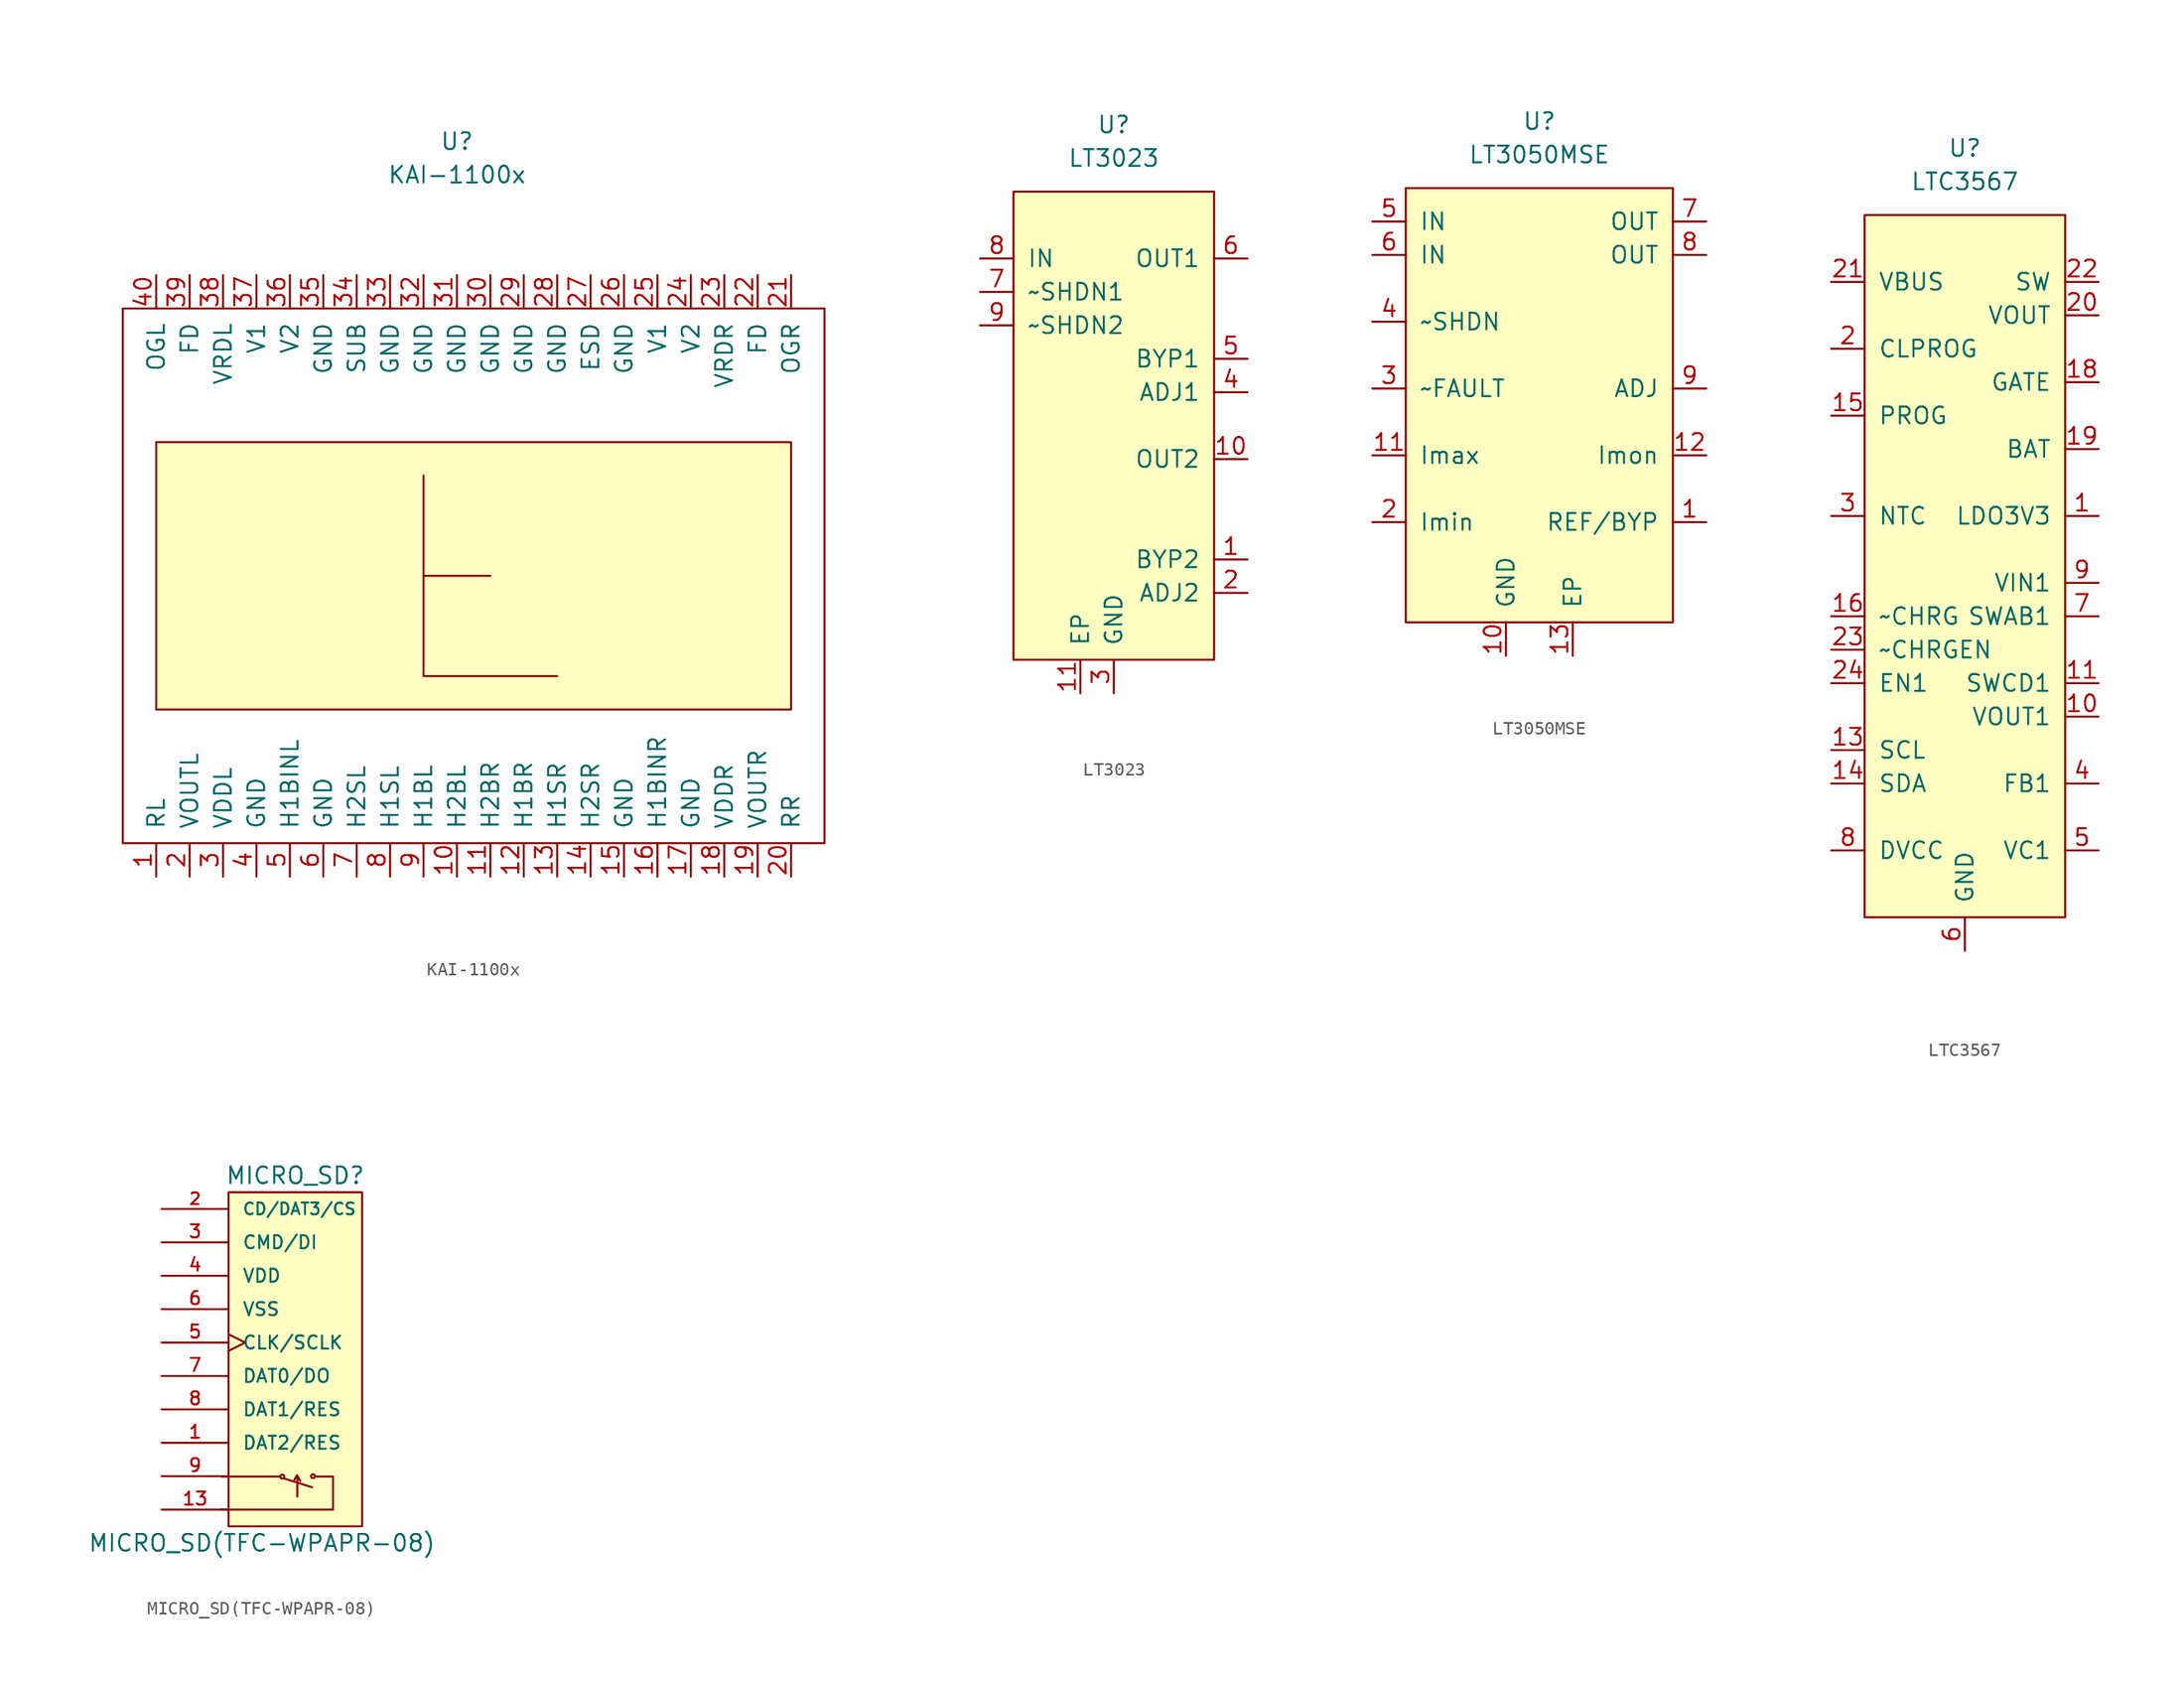
<source format=kicad_sym>
(kicad_symbol_lib
  (version 20210619)
  (generator kicad_symbol_editor)
  (symbol "Sitina:KAI-1100x"
    (pin_names
      (offset 1.016))
    (property "Reference" "U"
      (at 0 0 0)
      (effects (font (size 1.27 1.27))))
    (property "Value" "KAI-1100x"
      (at 0 -2.54 0)
      (effects (font (size 1.27 1.27))))
    (symbol "KAI-1100x_0_1"
      (rectangle (start 27.94 -53.34) (end -25.4 -12.7) (stroke (width 0)) (fill (type none)))
      (rectangle (start -22.86 -22.86) (end 25.4 -43.18) (stroke (width 0)) (fill (type background)))
      (polyline (pts (xy 2.54 -33.02) (xy -2.54 -33.02)) (stroke (width 0)) (fill (type background)))
      (polyline (pts (xy 7.62 -40.64) (xy -2.54 -40.64) (xy -2.54 -25.4)) (stroke (width 0)) (fill (type background))))
    (symbol "KAI-1100x_1_1"
      (pin input line (at -22.86 -55.88 90) (length 2.54) (name "RL" (effects (font (size 1.27 1.27)))) (number "1" (effects (font (size 1.27 1.27)))))
      (pin input line (at 0 -55.88 90) (length 2.54) (name "H2BL" (effects (font (size 1.27 1.27)))) (number "10" (effects (font (size 1.27 1.27)))))
      (pin input line (at 2.54 -55.88 90) (length 2.54) (name "H2BR" (effects (font (size 1.27 1.27)))) (number "11" (effects (font (size 1.27 1.27)))))
      (pin input line (at 5.08 -55.88 90) (length 2.54) (name "H1BR" (effects (font (size 1.27 1.27)))) (number "12" (effects (font (size 1.27 1.27)))))
      (pin input line (at 7.62 -55.88 90) (length 2.54) (name "H1SR" (effects (font (size 1.27 1.27)))) (number "13" (effects (font (size 1.27 1.27)))))
      (pin input line (at 10.16 -55.88 90) (length 2.54) (name "H2SR" (effects (font (size 1.27 1.27)))) (number "14" (effects (font (size 1.27 1.27)))))
      (pin input line (at 12.7 -55.88 90) (length 2.54) (name "GND" (effects (font (size 1.27 1.27)))) (number "15" (effects (font (size 1.27 1.27)))))
      (pin input line (at 15.24 -55.88 90) (length 2.54) (name "H1BINR" (effects (font (size 1.27 1.27)))) (number "16" (effects (font (size 1.27 1.27)))))
      (pin input line (at 17.78 -55.88 90) (length 2.54) (name "GND" (effects (font (size 1.27 1.27)))) (number "17" (effects (font (size 1.27 1.27)))))
      (pin input line (at 20.32 -55.88 90) (length 2.54) (name "VDDR" (effects (font (size 1.27 1.27)))) (number "18" (effects (font (size 1.27 1.27)))))
      (pin input line (at 22.86 -55.88 90) (length 2.54) (name "VOUTR" (effects (font (size 1.27 1.27)))) (number "19" (effects (font (size 1.27 1.27)))))
      (pin input line (at -20.32 -55.88 90) (length 2.54) (name "VOUTL" (effects (font (size 1.27 1.27)))) (number "2" (effects (font (size 1.27 1.27)))))
      (pin input line (at 25.4 -55.88 90) (length 2.54) (name "RR" (effects (font (size 1.27 1.27)))) (number "20" (effects (font (size 1.27 1.27)))))
      (pin input line (at 25.4 -10.16 270) (length 2.54) (name "OGR" (effects (font (size 1.27 1.27)))) (number "21" (effects (font (size 1.27 1.27)))))
      (pin input line (at 22.86 -10.16 270) (length 2.54) (name "FD" (effects (font (size 1.27 1.27)))) (number "22" (effects (font (size 1.27 1.27)))))
      (pin input line (at 20.32 -10.16 270) (length 2.54) (name "VRDR" (effects (font (size 1.27 1.27)))) (number "23" (effects (font (size 1.27 1.27)))))
      (pin input line (at 17.78 -10.16 270) (length 2.54) (name "V2" (effects (font (size 1.27 1.27)))) (number "24" (effects (font (size 1.27 1.27)))))
      (pin input line (at 15.24 -10.16 270) (length 2.54) (name "V1" (effects (font (size 1.27 1.27)))) (number "25" (effects (font (size 1.27 1.27)))))
      (pin input line (at 12.7 -10.16 270) (length 2.54) (name "GND" (effects (font (size 1.27 1.27)))) (number "26" (effects (font (size 1.27 1.27)))))
      (pin input line (at 10.16 -10.16 270) (length 2.54) (name "ESD" (effects (font (size 1.27 1.27)))) (number "27" (effects (font (size 1.27 1.27)))))
      (pin input line (at 7.62 -10.16 270) (length 2.54) (name "GND" (effects (font (size 1.27 1.27)))) (number "28" (effects (font (size 1.27 1.27)))))
      (pin input line (at 5.08 -10.16 270) (length 2.54) (name "GND" (effects (font (size 1.27 1.27)))) (number "29" (effects (font (size 1.27 1.27)))))
      (pin input line (at -17.78 -55.88 90) (length 2.54) (name "VDDL" (effects (font (size 1.27 1.27)))) (number "3" (effects (font (size 1.27 1.27)))))
      (pin input line (at 2.54 -10.16 270) (length 2.54) (name "GND" (effects (font (size 1.27 1.27)))) (number "30" (effects (font (size 1.27 1.27)))))
      (pin input line (at 0 -10.16 270) (length 2.54) (name "GND" (effects (font (size 1.27 1.27)))) (number "31" (effects (font (size 1.27 1.27)))))
      (pin input line (at -2.54 -10.16 270) (length 2.54) (name "GND" (effects (font (size 1.27 1.27)))) (number "32" (effects (font (size 1.27 1.27)))))
      (pin input line (at -5.08 -10.16 270) (length 2.54) (name "GND" (effects (font (size 1.27 1.27)))) (number "33" (effects (font (size 1.27 1.27)))))
      (pin input line (at -7.62 -10.16 270) (length 2.54) (name "SUB" (effects (font (size 1.27 1.27)))) (number "34" (effects (font (size 1.27 1.27)))))
      (pin input line (at -10.16 -10.16 270) (length 2.54) (name "GND" (effects (font (size 1.27 1.27)))) (number "35" (effects (font (size 1.27 1.27)))))
      (pin input line (at -12.7 -10.16 270) (length 2.54) (name "V2" (effects (font (size 1.27 1.27)))) (number "36" (effects (font (size 1.27 1.27)))))
      (pin input line (at -15.24 -10.16 270) (length 2.54) (name "V1" (effects (font (size 1.27 1.27)))) (number "37" (effects (font (size 1.27 1.27)))))
      (pin input line (at -17.78 -10.16 270) (length 2.54) (name "VRDL" (effects (font (size 1.27 1.27)))) (number "38" (effects (font (size 1.27 1.27)))))
      (pin input line (at -20.32 -10.16 270) (length 2.54) (name "FD" (effects (font (size 1.27 1.27)))) (number "39" (effects (font (size 1.27 1.27)))))
      (pin input line (at -15.24 -55.88 90) (length 2.54) (name "GND" (effects (font (size 1.27 1.27)))) (number "4" (effects (font (size 1.27 1.27)))))
      (pin input line (at -22.86 -10.16 270) (length 2.54) (name "OGL" (effects (font (size 1.27 1.27)))) (number "40" (effects (font (size 1.27 1.27)))))
      (pin input line (at -12.7 -55.88 90) (length 2.54) (name "H1BINL" (effects (font (size 1.27 1.27)))) (number "5" (effects (font (size 1.27 1.27)))))
      (pin input line (at -10.16 -55.88 90) (length 2.54) (name "GND" (effects (font (size 1.27 1.27)))) (number "6" (effects (font (size 1.27 1.27)))))
      (pin input line (at -7.62 -55.88 90) (length 2.54) (name "H2SL" (effects (font (size 1.27 1.27)))) (number "7" (effects (font (size 1.27 1.27)))))
      (pin input line (at -5.08 -55.88 90) (length 2.54) (name "H1SL" (effects (font (size 1.27 1.27)))) (number "8" (effects (font (size 1.27 1.27)))))
      (pin input line (at -2.54 -55.88 90) (length 2.54) (name "H1BL" (effects (font (size 1.27 1.27)))) (number "9" (effects (font (size 1.27 1.27)))))))
  (symbol "Sitina:LT3023"
    (pin_names
      (offset 1.016))
    (property "Reference" "U"
      (at 0 0 0)
      (effects (font (size 1.27 1.27))))
    (property "Value" "LT3023"
      (at 0 -2.54 0)
      (effects (font (size 1.27 1.27))))
    (symbol "LT3023_0_1"
      (rectangle (start -7.62 -5.08) (end 7.62 -40.64) (stroke (width 0)) (fill (type background))))
    (symbol "LT3023_1_1"
      (pin input line (at 10.16 -33.02 180) (length 2.54) (name "BYP2" (effects (font (size 1.27 1.27)))) (number "1" (effects (font (size 1.27 1.27)))))
      (pin power_out line (at 10.16 -25.4 180) (length 2.54) (name "OUT2" (effects (font (size 1.27 1.27)))) (number "10" (effects (font (size 1.27 1.27)))))
      (pin power_in line (at -2.54 -43.18 90) (length 2.54) (name "EP" (effects (font (size 1.27 1.27)))) (number "11" (effects (font (size 1.27 1.27)))))
      (pin input line (at 10.16 -35.56 180) (length 2.54) (name "ADJ2" (effects (font (size 1.27 1.27)))) (number "2" (effects (font (size 1.27 1.27)))))
      (pin power_in line (at 0 -43.18 90) (length 2.54) (name "GND" (effects (font (size 1.27 1.27)))) (number "3" (effects (font (size 1.27 1.27)))))
      (pin input line (at 10.16 -20.32 180) (length 2.54) (name "ADJ1" (effects (font (size 1.27 1.27)))) (number "4" (effects (font (size 1.27 1.27)))))
      (pin input line (at 10.16 -17.78 180) (length 2.54) (name "BYP1" (effects (font (size 1.27 1.27)))) (number "5" (effects (font (size 1.27 1.27)))))
      (pin power_out line (at 10.16 -10.16 180) (length 2.54) (name "OUT1" (effects (font (size 1.27 1.27)))) (number "6" (effects (font (size 1.27 1.27)))))
      (pin input line (at -10.16 -12.7 0) (length 2.54) (name "~SHDN1" (effects (font (size 1.27 1.27)))) (number "7" (effects (font (size 1.27 1.27)))))
      (pin power_in line (at -10.16 -10.16 0) (length 2.54) (name "IN" (effects (font (size 1.27 1.27)))) (number "8" (effects (font (size 1.27 1.27)))))
      (pin input line (at -10.16 -15.24 0) (length 2.54) (name "~SHDN2" (effects (font (size 1.27 1.27)))) (number "9" (effects (font (size 1.27 1.27)))))))
  (symbol "Sitina:LT3050MSE"
    (pin_names
      (offset 1.016))
    (property "Reference" "U"
      (at 0 0 0)
      (effects (font (size 1.27 1.27))))
    (property "Value" "LT3050MSE"
      (at 0 -2.54 0)
      (effects (font (size 1.27 1.27))))
    (symbol "LT3050MSE_0_1"
      (rectangle (start -10.16 -5.08) (end 10.16 -38.1) (stroke (width 0)) (fill (type background))))
    (symbol "LT3050MSE_1_1"
      (pin input line (at 12.7 -30.48 180) (length 2.54) (name "REF/BYP" (effects (font (size 1.27 1.27)))) (number "1" (effects (font (size 1.27 1.27)))))
      (pin input line (at -2.54 -40.64 90) (length 2.54) (name "GND" (effects (font (size 1.27 1.27)))) (number "10" (effects (font (size 1.27 1.27)))))
      (pin input line (at -12.7 -25.4 0) (length 2.54) (name "Imax" (effects (font (size 1.27 1.27)))) (number "11" (effects (font (size 1.27 1.27)))))
      (pin input line (at 12.7 -25.4 180) (length 2.54) (name "Imon" (effects (font (size 1.27 1.27)))) (number "12" (effects (font (size 1.27 1.27)))))
      (pin input line (at 2.54 -40.64 90) (length 2.54) (name "EP" (effects (font (size 1.27 1.27)))) (number "13" (effects (font (size 1.27 1.27)))))
      (pin input line (at -12.7 -30.48 0) (length 2.54) (name "Imin" (effects (font (size 1.27 1.27)))) (number "2" (effects (font (size 1.27 1.27)))))
      (pin input line (at -12.7 -20.32 0) (length 2.54) (name "~FAULT" (effects (font (size 1.27 1.27)))) (number "3" (effects (font (size 1.27 1.27)))))
      (pin input line (at -12.7 -15.24 0) (length 2.54) (name "~SHDN" (effects (font (size 1.27 1.27)))) (number "4" (effects (font (size 1.27 1.27)))))
      (pin input line (at -12.7 -7.62 0) (length 2.54) (name "IN" (effects (font (size 1.27 1.27)))) (number "5" (effects (font (size 1.27 1.27)))))
      (pin input line (at -12.7 -10.16 0) (length 2.54) (name "IN" (effects (font (size 1.27 1.27)))) (number "6" (effects (font (size 1.27 1.27)))))
      (pin output line (at 12.7 -7.62 180) (length 2.54) (name "OUT" (effects (font (size 1.27 1.27)))) (number "7" (effects (font (size 1.27 1.27)))))
      (pin output line (at 12.7 -10.16 180) (length 2.54) (name "OUT" (effects (font (size 1.27 1.27)))) (number "8" (effects (font (size 1.27 1.27)))))
      (pin input line (at 12.7 -20.32 180) (length 2.54) (name "ADJ" (effects (font (size 1.27 1.27)))) (number "9" (effects (font (size 1.27 1.27)))))))
  (symbol "Sitina:LTC3567"
    (pin_names
      (offset 1.016))
    (property "Reference" "U"
      (at 0 0 0)
      (effects (font (size 1.27 1.27))))
    (property "Value" "LTC3567"
      (at 0 -2.54 0)
      (effects (font (size 1.27 1.27))))
    (symbol "LTC3567_0_1"
      (rectangle (start -7.62 -5.08) (end 7.62 -58.42) (stroke (width 0)) (fill (type background))))
    (symbol "LTC3567_1_1"
      (pin output line (at 10.16 -27.94 180) (length 2.54) (name "LDO3V3" (effects (font (size 1.27 1.27)))) (number "1" (effects (font (size 1.27 1.27)))))
      (pin output line (at 10.16 -43.18 180) (length 2.54) (name "VOUT1" (effects (font (size 1.27 1.27)))) (number "10" (effects (font (size 1.27 1.27)))))
      (pin input line (at 10.16 -40.64 180) (length 2.54) (name "SWCD1" (effects (font (size 1.27 1.27)))) (number "11" (effects (font (size 1.27 1.27)))))
      (pin power_in line (at 0 -60.96 90) (length 2.54) hide (name "GND" (effects (font (size 1.27 1.27)))) (number "12" (effects (font (size 1.27 1.27)))))
      (pin open_collector line (at -10.16 -45.72 0) (length 2.54) (name "SCL" (effects (font (size 1.27 1.27)))) (number "13" (effects (font (size 1.27 1.27)))))
      (pin open_collector line (at -10.16 -48.26 0) (length 2.54) (name "SDA" (effects (font (size 1.27 1.27)))) (number "14" (effects (font (size 1.27 1.27)))))
      (pin input line (at -10.16 -20.32 0) (length 2.54) (name "PROG" (effects (font (size 1.27 1.27)))) (number "15" (effects (font (size 1.27 1.27)))))
      (pin output line (at -10.16 -35.56 0) (length 2.54) (name "~CHRG" (effects (font (size 1.27 1.27)))) (number "16" (effects (font (size 1.27 1.27)))))
      (pin power_in line (at 0 -60.96 90) (length 2.54) hide (name "GND" (effects (font (size 1.27 1.27)))) (number "17" (effects (font (size 1.27 1.27)))))
      (pin output line (at 10.16 -17.78 180) (length 2.54) (name "GATE" (effects (font (size 1.27 1.27)))) (number "18" (effects (font (size 1.27 1.27)))))
      (pin input line (at 10.16 -22.86 180) (length 2.54) (name "BAT" (effects (font (size 1.27 1.27)))) (number "19" (effects (font (size 1.27 1.27)))))
      (pin input line (at -10.16 -15.24 0) (length 2.54) (name "CLPROG" (effects (font (size 1.27 1.27)))) (number "2" (effects (font (size 1.27 1.27)))))
      (pin output line (at 10.16 -12.7 180) (length 2.54) (name "VOUT" (effects (font (size 1.27 1.27)))) (number "20" (effects (font (size 1.27 1.27)))))
      (pin input line (at -10.16 -10.16 0) (length 2.54) (name "VBUS" (effects (font (size 1.27 1.27)))) (number "21" (effects (font (size 1.27 1.27)))))
      (pin output line (at 10.16 -10.16 180) (length 2.54) (name "SW" (effects (font (size 1.27 1.27)))) (number "22" (effects (font (size 1.27 1.27)))))
      (pin input line (at -10.16 -38.1 0) (length 2.54) (name "~CHRGEN" (effects (font (size 1.27 1.27)))) (number "23" (effects (font (size 1.27 1.27)))))
      (pin input line (at -10.16 -40.64 0) (length 2.54) (name "EN1" (effects (font (size 1.27 1.27)))) (number "24" (effects (font (size 1.27 1.27)))))
      (pin power_in line (at 0 -60.96 90) (length 2.54) hide (name "GND" (effects (font (size 1.27 1.27)))) (number "25" (effects (font (size 1.27 1.27)))))
      (pin input line (at -10.16 -27.94 0) (length 2.54) (name "NTC" (effects (font (size 1.27 1.27)))) (number "3" (effects (font (size 1.27 1.27)))))
      (pin input line (at 10.16 -48.26 180) (length 2.54) (name "FB1" (effects (font (size 1.27 1.27)))) (number "4" (effects (font (size 1.27 1.27)))))
      (pin input line (at 10.16 -53.34 180) (length 2.54) (name "VC1" (effects (font (size 1.27 1.27)))) (number "5" (effects (font (size 1.27 1.27)))))
      (pin power_in line (at 0 -60.96 90) (length 2.54) (name "GND" (effects (font (size 1.27 1.27)))) (number "6" (effects (font (size 1.27 1.27)))))
      (pin input line (at 10.16 -35.56 180) (length 2.54) (name "SWAB1" (effects (font (size 1.27 1.27)))) (number "7" (effects (font (size 1.27 1.27)))))
      (pin input line (at -10.16 -53.34 0) (length 2.54) (name "DVCC" (effects (font (size 1.27 1.27)))) (number "8" (effects (font (size 1.27 1.27)))))
      (pin input line (at 10.16 -33.02 180) (length 2.54) (name "VIN1" (effects (font (size 1.27 1.27)))) (number "9" (effects (font (size 1.27 1.27)))))))
  (symbol "Sitina:MICRO_SD(TFC-WPAPR-08)"
    (pin_names
      (offset 1.016))
    (property "Reference" "MICRO_SD"
      (at 2.54 15.24 0)
      (effects (font (size 1.27 1.27))))
    (property "Value" "MICRO_SD(TFC-WPAPR-08)"
      (at 0 -12.7 0)
      (effects (font (size 1.27 1.27))))
    (property "Datasheet" ""
      (at 6.35 0 0)
      (effects (font (size 1.524 1.524))))
    (symbol "MICRO_SD(TFC-WPAPR-08)_0_0"
      (rectangle (start -2.54 13.97) (end 7.62 -11.43) (stroke (width 0)) (fill (type background)))
      (polyline (pts (xy 2.642 -7.595) (xy 2.464 -7.899)) (stroke (width 0)) (fill (type none)))
      (polyline (pts (xy 2.692 -7.696) (xy 2.692 -9.169)) (stroke (width 0)) (fill (type none)))
      (polyline (pts (xy 2.667 -7.544) (xy 2.921 -7.976) (xy 2.896 -7.976)) (stroke (width 0)) (fill (type none))))
    (symbol "MICRO_SD(TFC-WPAPR-08)_0_1"
      (circle (center 1.549 -7.645) (radius 0.152) (stroke (width 0)) (fill (type none)))
      (circle (center 3.886 -7.62) (radius 0.152) (stroke (width 0)) (fill (type none)))
      (polyline (pts (xy -3.048 -7.645) (xy 1.295 -7.645)) (stroke (width 0)) (fill (type none)))
      (polyline (pts (xy 1.702 -7.798) (xy 3.81 -8.458)) (stroke (width 0)) (fill (type none)))
      (polyline (pts (xy -3.15 -10.16) (xy 5.41 -10.16) (xy 5.41 -7.645) (xy 4.14 -7.645)) (stroke (width 0)) (fill (type none))))
    (symbol "MICRO_SD(TFC-WPAPR-08)_1_1"
      (pin bidirectional line (at -7.62 -5.08 0) (length 5.08) (name "DAT2/RES" (effects (font (size 0.991 0.991)))) (number "1" (effects (font (size 0.991 0.991)))))
      (pin passive line (at -7.62 -10.16 0) (length 5.08) hide (name "~" (effects (font (size 0.991 0.991)))) (number "10" (effects (font (size 0.991 0.991)))))
      (pin passive line (at -7.62 -10.16 0) (length 5.08) hide (name "~" (effects (font (size 0.991 0.991)))) (number "11" (effects (font (size 0.991 0.991)))))
      (pin passive line (at -7.62 -10.16 0) (length 5.08) hide (name "~" (effects (font (size 0.991 0.991)))) (number "12" (effects (font (size 0.991 0.991)))))
      (pin passive line (at -7.62 -10.16 0) (length 5.08) (name "~" (effects (font (size 0.991 0.991)))) (number "13" (effects (font (size 0.991 0.991)))))
      (pin bidirectional line (at -7.62 12.7 0) (length 5.08) (name "CD/DAT3/CS" (effects (font (size 0.889 0.889)))) (number "2" (effects (font (size 0.889 0.889)))))
      (pin input line (at -7.62 10.16 0) (length 5.08) (name "CMD/DI" (effects (font (size 0.991 0.991)))) (number "3" (effects (font (size 0.991 0.991)))))
      (pin power_in line (at -7.62 7.62 0) (length 5.08) (name "VDD" (effects (font (size 0.991 0.991)))) (number "4" (effects (font (size 0.991 0.991)))))
      (pin input clock (at -7.62 2.54 0) (length 5.08) (name "CLK/SCLK" (effects (font (size 0.991 0.991)))) (number "5" (effects (font (size 0.991 0.991)))))
      (pin power_in line (at -7.62 5.08 0) (length 5.08) (name "VSS" (effects (font (size 0.991 0.991)))) (number "6" (effects (font (size 0.991 0.991)))))
      (pin bidirectional line (at -7.62 0 0) (length 5.08) (name "DAT0/DO" (effects (font (size 0.991 0.991)))) (number "7" (effects (font (size 0.991 0.991)))))
      (pin bidirectional line (at -7.62 -2.54 0) (length 5.08) (name "DAT1/RES" (effects (font (size 0.991 0.991)))) (number "8" (effects (font (size 0.991 0.991)))))
      (pin passive line (at -7.62 -7.62 0) (length 5.08) (name "~" (effects (font (size 0.991 0.991)))) (number "9" (effects (font (size 0.991 0.991))))))))
</source>
